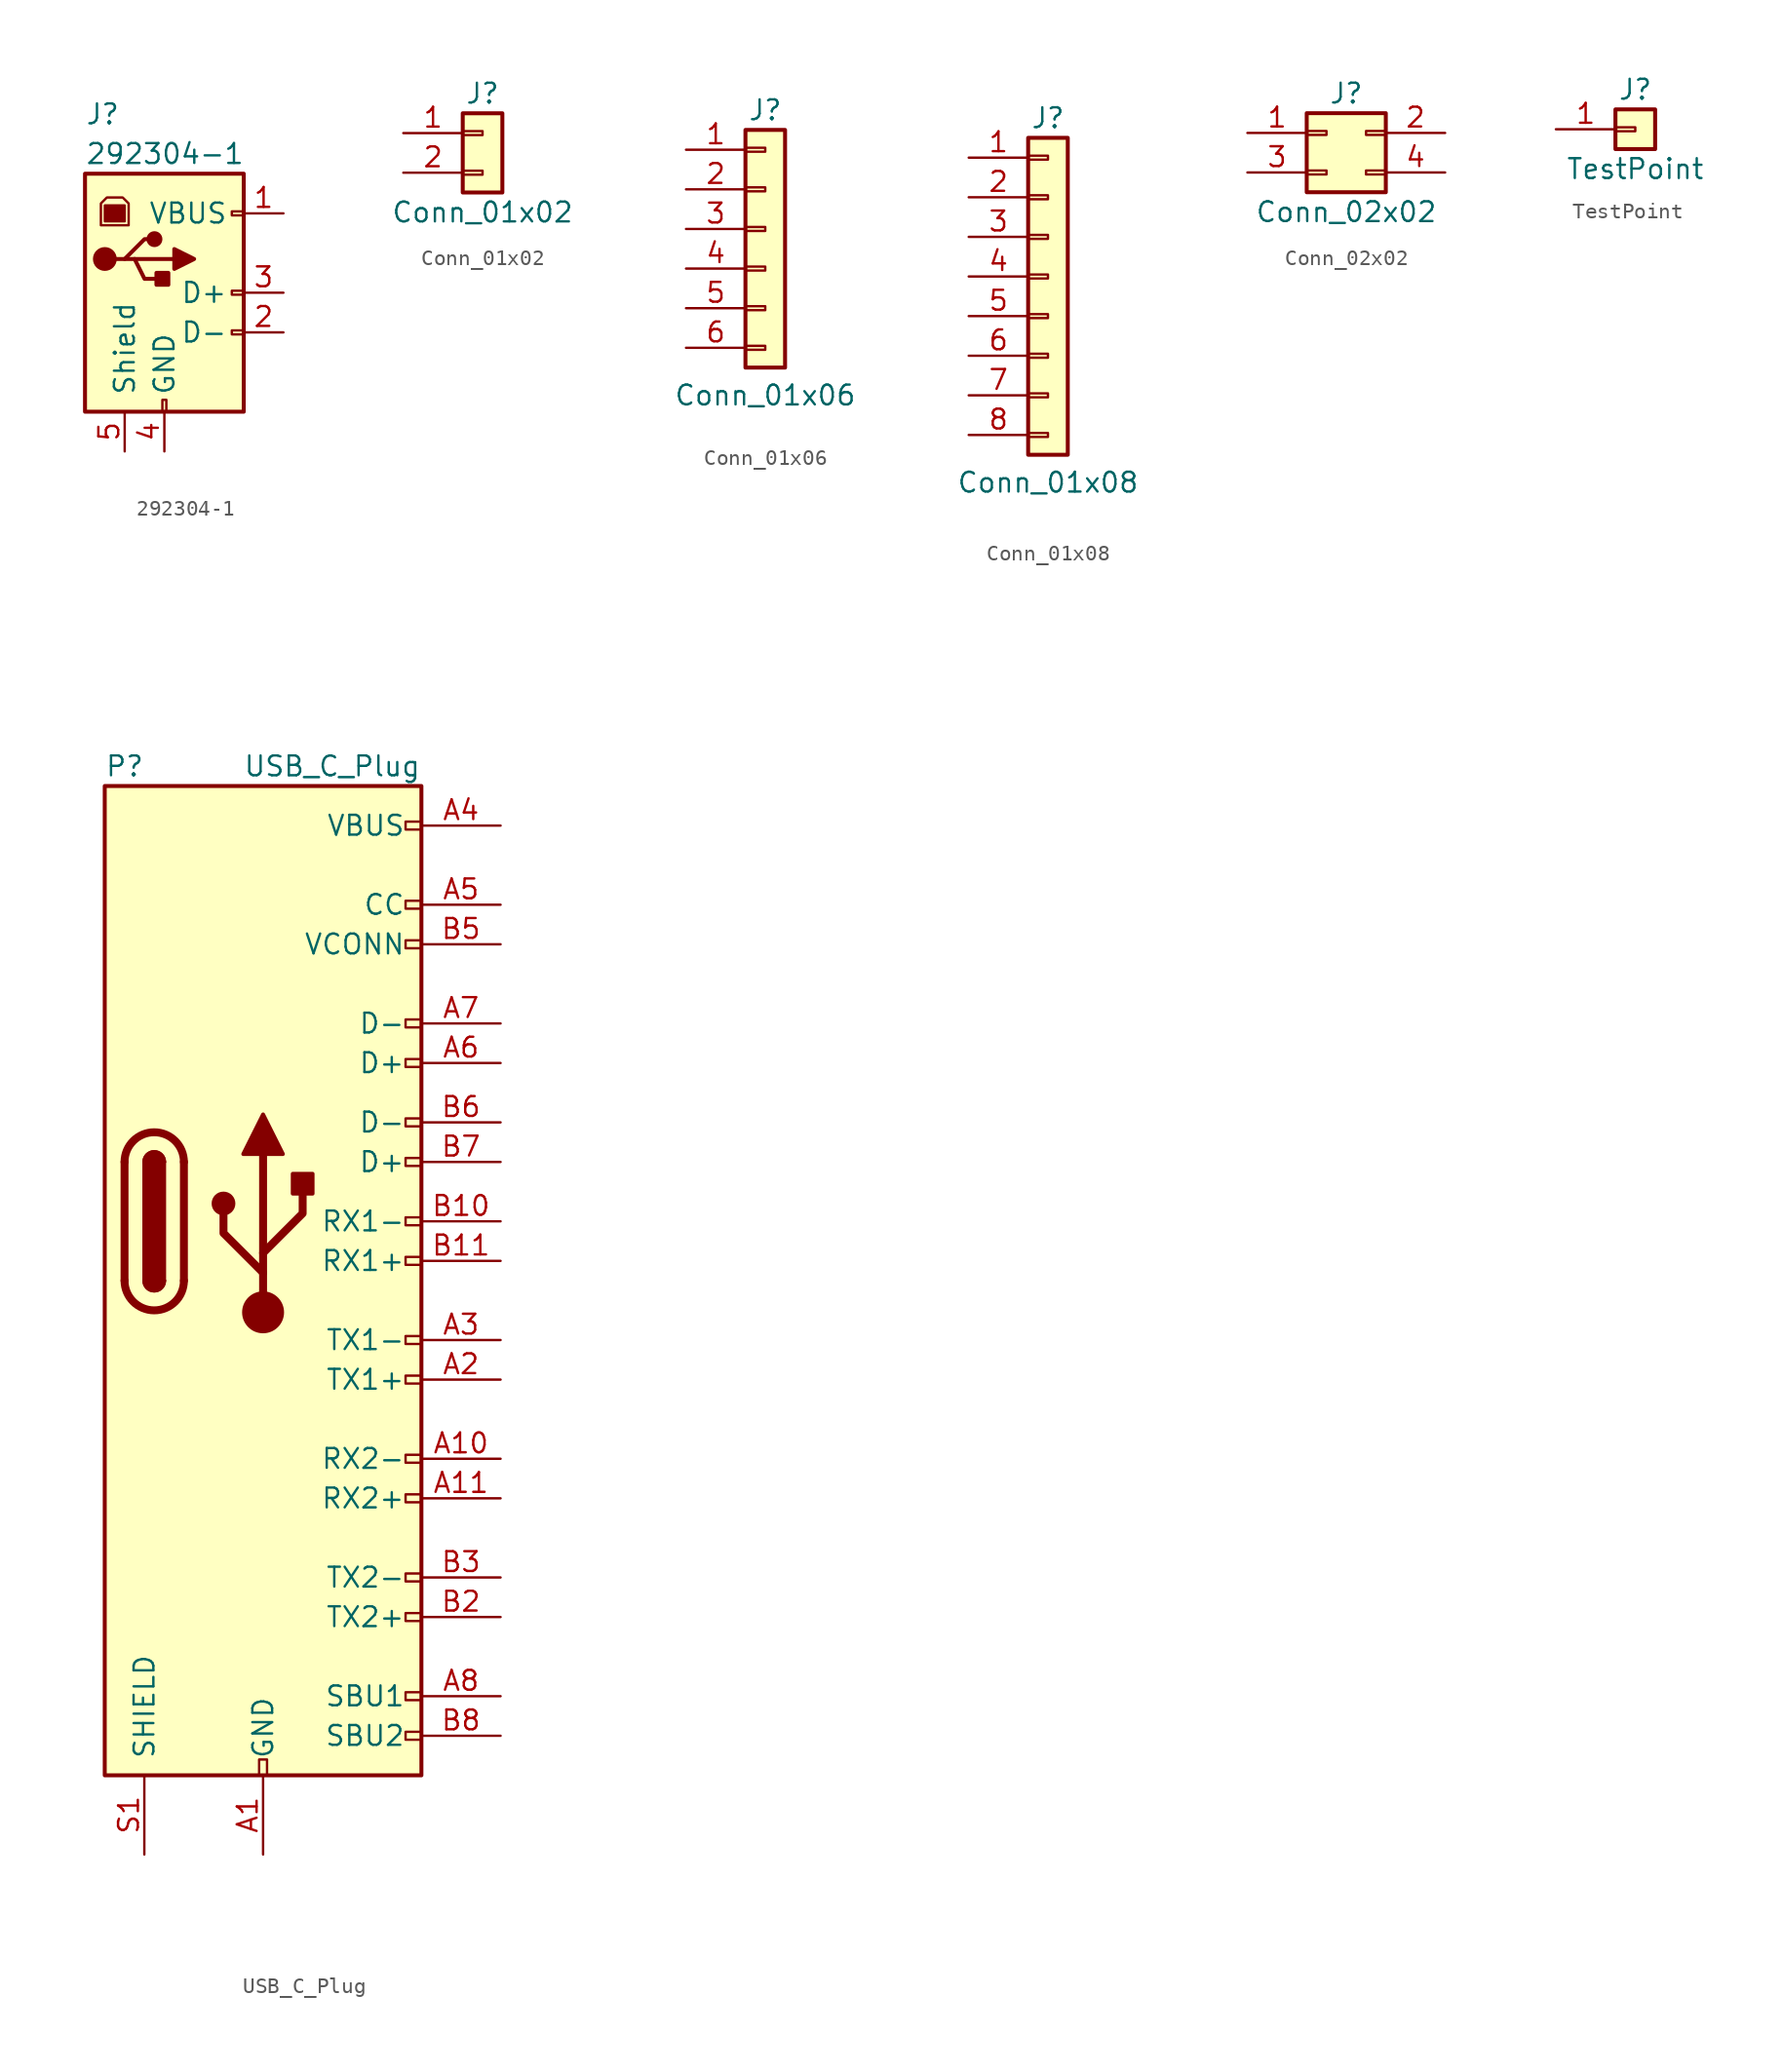
<source format=kicad_sym>
(kicad_symbol_lib
  (version 20241209)
  (generator "kicad_symbol_editor")
  (generator_version "9.0")
  (symbol "292304-1"
    (pin_names
      (offset 1.016))
    (property "Reference" "J"
      (at -5.08 11.43 0)
      (effects (font (size 1.27 1.27)) (justify left)))
    (property "Value" "292304-1"
      (at -5.08 8.89 0)
      (effects (font (size 1.27 1.27)) (justify left)))
    (symbol "292304-1_0_1"
      (rectangle (start -5.08 -7.62) (end 5.08 7.62) (stroke (width 0.254) (type default)) (fill (type background)))
      (polyline (pts (xy -4.064 4.318) (xy -2.286 4.318) (xy -2.286 5.715) (xy -2.667 6.096) (xy -3.683 6.096) (xy -4.064 5.715) (xy -4.064 4.318)) (stroke (width 0) (type default)) (fill (type none)))
      (rectangle (start -3.81 5.588) (end -2.54 4.572) (stroke (width 0) (type default)) (fill (type outline)))
      (circle (center -3.81 2.159) (radius 0.635) (stroke (width 0.254) (type default)) (fill (type outline)))
      (polyline (pts (xy -3.175 2.159) (xy -2.54 2.159) (xy -1.27 3.429) (xy -0.635 3.429)) (stroke (width 0.254) (type default)) (fill (type none)))
      (polyline (pts (xy -2.54 2.159) (xy -1.905 2.159) (xy -1.27 0.889) (xy 0 0.889)) (stroke (width 0.254) (type default)) (fill (type none)))
      (polyline (pts (xy -1.905 2.159) (xy 0.635 2.159)) (stroke (width 0.254) (type default)) (fill (type none)))
      (circle (center -0.635 3.429) (radius 0.381) (stroke (width 0.254) (type default)) (fill (type outline)))
      (rectangle (start -0.127 -7.62) (end 0.127 -6.858) (stroke (width 0) (type default)) (fill (type none)))
      (rectangle (start 0.254 1.27) (end -0.508 0.508) (stroke (width 0.254) (type default)) (fill (type outline)))
      (polyline (pts (xy 0.635 2.794) (xy 0.635 1.524) (xy 1.905 2.159) (xy 0.635 2.794)) (stroke (width 0.254) (type default)) (fill (type outline)))
      (rectangle (start 5.08 4.953) (end 4.318 5.207) (stroke (width 0) (type default)) (fill (type none)))
      (rectangle (start 5.08 -0.127) (end 4.318 0.127) (stroke (width 0) (type default)) (fill (type none)))
      (rectangle (start 5.08 -2.667) (end 4.318 -2.413) (stroke (width 0) (type default)) (fill (type none))))
    (symbol "292304-1_1_1"
      (pin passive line (at -2.54 -10.16 90) (length 2.54) (name "Shield" (effects (font (size 1.27 1.27)))) (number "5" (effects (font (size 1.27 1.27)))))
      (pin power_out line (at 0 -10.16 90) (length 2.54) (name "GND" (effects (font (size 1.27 1.27)))) (number "4" (effects (font (size 1.27 1.27)))))
      (pin power_out line (at 7.62 5.08 180) (length 2.54) (name "VBUS" (effects (font (size 1.27 1.27)))) (number "1" (effects (font (size 1.27 1.27)))))
      (pin bidirectional line (at 7.62 0 180) (length 2.54) (name "D+" (effects (font (size 1.27 1.27)))) (number "3" (effects (font (size 1.27 1.27)))))
      (pin bidirectional line (at 7.62 -2.54 180) (length 2.54) (name "D-" (effects (font (size 1.27 1.27)))) (number "2" (effects (font (size 1.27 1.27)))))))
  (symbol "Conn_01x02"
    (pin_names
      (offset 1.016)
      (hide yes))
    (property "Reference" "J"
      (at 0 2.54 0)
      (effects (font (size 1.27 1.27))))
    (property "Value" "Conn_01x02"
      (at 0 -5.08 0)
      (effects (font (size 1.27 1.27))))
    (symbol "Conn_01x02_1_1"
      (rectangle (start -1.27 1.27) (end 1.27 -3.81) (stroke (width 0.254) (type default)) (fill (type background)))
      (rectangle (start -1.27 0.127) (end 0 -0.127) (stroke (width 0.152) (type default)) (fill (type none)))
      (rectangle (start -1.27 -2.413) (end 0 -2.667) (stroke (width 0.152) (type default)) (fill (type none)))
      (pin passive line (at -5.08 0 0) (length 3.81) (name "Pin_1" (effects (font (size 1.27 1.27)))) (number "1" (effects (font (size 1.27 1.27)))))
      (pin passive line (at -5.08 -2.54 0) (length 3.81) (name "Pin_2" (effects (font (size 1.27 1.27)))) (number "2" (effects (font (size 1.27 1.27)))))))
  (symbol "Conn_01x06"
    (pin_names
      (offset 1.016)
      (hide yes))
    (property "Reference" "J"
      (at 0 2.54 0)
      (effects (font (size 1.27 1.27))))
    (property "Value" "Conn_01x06"
      (at 0 -15.748 0)
      (effects (font (size 1.27 1.27))))
    (symbol "Conn_01x06_1_1"
      (rectangle (start -1.27 1.27) (end 1.27 -13.97) (stroke (width 0.254) (type default)) (fill (type background)))
      (rectangle (start -1.27 0.127) (end 0 -0.127) (stroke (width 0.152) (type default)) (fill (type none)))
      (rectangle (start -1.27 -2.413) (end 0 -2.667) (stroke (width 0.152) (type default)) (fill (type none)))
      (rectangle (start -1.27 -4.953) (end 0 -5.207) (stroke (width 0.152) (type default)) (fill (type none)))
      (rectangle (start -1.27 -7.493) (end 0 -7.747) (stroke (width 0.152) (type default)) (fill (type none)))
      (rectangle (start -1.27 -10.033) (end 0 -10.287) (stroke (width 0.152) (type default)) (fill (type none)))
      (rectangle (start -1.27 -12.573) (end 0 -12.827) (stroke (width 0.152) (type default)) (fill (type none)))
      (pin passive line (at -5.08 0 0) (length 3.81) (name "Pin_1" (effects (font (size 1.27 1.27)))) (number "1" (effects (font (size 1.27 1.27)))))
      (pin passive line (at -5.08 -2.54 0) (length 3.81) (name "Pin_2" (effects (font (size 1.27 1.27)))) (number "2" (effects (font (size 1.27 1.27)))))
      (pin passive line (at -5.08 -5.08 0) (length 3.81) (name "Pin_3" (effects (font (size 1.27 1.27)))) (number "3" (effects (font (size 1.27 1.27)))))
      (pin passive line (at -5.08 -7.62 0) (length 3.81) (name "Pin_4" (effects (font (size 1.27 1.27)))) (number "4" (effects (font (size 1.27 1.27)))))
      (pin passive line (at -5.08 -10.16 0) (length 3.81) (name "Pin_5" (effects (font (size 1.27 1.27)))) (number "5" (effects (font (size 1.27 1.27)))))
      (pin passive line (at -5.08 -12.7 0) (length 3.81) (name "Pin_6" (effects (font (size 1.27 1.27)))) (number "6" (effects (font (size 1.27 1.27)))))))
  (symbol "Conn_01x08"
    (pin_names
      (offset 1.016)
      (hide yes))
    (property "Reference" "J"
      (at 0 2.54 0)
      (effects (font (size 1.27 1.27))))
    (property "Value" "Conn_01x08"
      (at 0 -20.828 0)
      (effects (font (size 1.27 1.27))))
    (symbol "Conn_01x08_1_1"
      (rectangle (start -1.27 1.27) (end 1.27 -19.05) (stroke (width 0.254) (type default)) (fill (type background)))
      (rectangle (start -1.27 0.127) (end 0 -0.127) (stroke (width 0.152) (type default)) (fill (type none)))
      (rectangle (start -1.27 -2.413) (end 0 -2.667) (stroke (width 0.152) (type default)) (fill (type none)))
      (rectangle (start -1.27 -4.953) (end 0 -5.207) (stroke (width 0.152) (type default)) (fill (type none)))
      (rectangle (start -1.27 -7.493) (end 0 -7.747) (stroke (width 0.152) (type default)) (fill (type none)))
      (rectangle (start -1.27 -10.033) (end 0 -10.287) (stroke (width 0.152) (type default)) (fill (type none)))
      (rectangle (start -1.27 -12.573) (end 0 -12.827) (stroke (width 0.152) (type default)) (fill (type none)))
      (rectangle (start -1.27 -15.113) (end 0 -15.367) (stroke (width 0.152) (type default)) (fill (type none)))
      (rectangle (start -1.27 -17.653) (end 0 -17.907) (stroke (width 0.152) (type default)) (fill (type none)))
      (pin passive line (at -5.08 0 0) (length 3.81) (name "Pin_1" (effects (font (size 1.27 1.27)))) (number "1" (effects (font (size 1.27 1.27)))))
      (pin passive line (at -5.08 -2.54 0) (length 3.81) (name "Pin_2" (effects (font (size 1.27 1.27)))) (number "2" (effects (font (size 1.27 1.27)))))
      (pin passive line (at -5.08 -5.08 0) (length 3.81) (name "Pin_3" (effects (font (size 1.27 1.27)))) (number "3" (effects (font (size 1.27 1.27)))))
      (pin passive line (at -5.08 -7.62 0) (length 3.81) (name "Pin_4" (effects (font (size 1.27 1.27)))) (number "4" (effects (font (size 1.27 1.27)))))
      (pin passive line (at -5.08 -10.16 0) (length 3.81) (name "Pin_5" (effects (font (size 1.27 1.27)))) (number "5" (effects (font (size 1.27 1.27)))))
      (pin passive line (at -5.08 -12.7 0) (length 3.81) (name "Pin_6" (effects (font (size 1.27 1.27)))) (number "6" (effects (font (size 1.27 1.27)))))
      (pin passive line (at -5.08 -15.24 0) (length 3.81) (name "Pin_7" (effects (font (size 1.27 1.27)))) (number "7" (effects (font (size 1.27 1.27)))))
      (pin passive line (at -5.08 -17.78 0) (length 3.81) (name "Pin_8" (effects (font (size 1.27 1.27)))) (number "8" (effects (font (size 1.27 1.27)))))))
  (symbol "Conn_02x02"
    (pin_names
      (offset 1.016)
      (hide yes))
    (property "Reference" "J"
      (at 1.27 2.54 0)
      (effects (font (size 1.27 1.27))))
    (property "Value" "Conn_02x02"
      (at 1.27 -5.08 0)
      (effects (font (size 1.27 1.27))))
    (symbol "Conn_02x02_1_1"
      (rectangle (start -1.27 1.27) (end 3.81 -3.81) (stroke (width 0.254) (type default)) (fill (type background)))
      (rectangle (start -1.27 0.127) (end 0 -0.127) (stroke (width 0.152) (type default)) (fill (type none)))
      (rectangle (start -1.27 -2.413) (end 0 -2.667) (stroke (width 0.152) (type default)) (fill (type none)))
      (rectangle (start 3.81 0.127) (end 2.54 -0.127) (stroke (width 0.152) (type default)) (fill (type none)))
      (rectangle (start 3.81 -2.413) (end 2.54 -2.667) (stroke (width 0.152) (type default)) (fill (type none)))
      (pin passive line (at -5.08 0 0) (length 3.81) (name "Pin_1" (effects (font (size 1.27 1.27)))) (number "1" (effects (font (size 1.27 1.27)))))
      (pin passive line (at -5.08 -2.54 0) (length 3.81) (name "Pin_3" (effects (font (size 1.27 1.27)))) (number "3" (effects (font (size 1.27 1.27)))))
      (pin passive line (at 7.62 0 180) (length 3.81) (name "Pin_2" (effects (font (size 1.27 1.27)))) (number "2" (effects (font (size 1.27 1.27)))))
      (pin passive line (at 7.62 -2.54 180) (length 3.81) (name "Pin_4" (effects (font (size 1.27 1.27)))) (number "4" (effects (font (size 1.27 1.27)))))))
  (symbol "TestPoint"
    (pin_names
      (offset 1.016)
      (hide yes))
    (property "Reference" "J"
      (at 0 2.54 0)
      (effects (font (size 1.27 1.27))))
    (property "Value" "TestPoint"
      (at 0 -2.54 0)
      (effects (font (size 1.27 1.27))))
    (symbol "TestPoint_1_1"
      (rectangle (start -1.27 1.27) (end 1.27 -1.27) (stroke (width 0.254) (type default)) (fill (type background)))
      (rectangle (start -1.27 0.127) (end 0 -0.127) (stroke (width 0.152) (type default)) (fill (type none)))
      (pin passive line (at -5.08 0 0) (length 3.81) (name "Pin_1" (effects (font (size 1.27 1.27)))) (number "1" (effects (font (size 1.27 1.27)))))))
  (symbol "USB_C_Plug"
    (pin_names
      (offset 1.016))
    (property "Reference" "P"
      (at -10.16 29.21 0)
      (effects (font (size 1.27 1.27)) (justify left)))
    (property "Value" "USB_C_Plug"
      (at 10.16 29.21 0)
      (effects (font (size 1.27 1.27)) (justify right)))
    (symbol "USB_C_Plug_0_0"
      (rectangle (start -0.254 -35.56) (end 0.254 -34.544) (stroke (width 0) (type default)) (fill (type none)))
      (rectangle (start 10.16 25.654) (end 9.144 25.146) (stroke (width 0) (type default)) (fill (type none)))
      (rectangle (start 10.16 20.574) (end 9.144 20.066) (stroke (width 0) (type default)) (fill (type none)))
      (rectangle (start 10.16 18.034) (end 9.144 17.526) (stroke (width 0) (type default)) (fill (type none)))
      (rectangle (start 10.16 12.954) (end 9.144 12.446) (stroke (width 0) (type default)) (fill (type none)))
      (rectangle (start 10.16 10.414) (end 9.144 9.906) (stroke (width 0) (type default)) (fill (type none)))
      (rectangle (start 10.16 6.604) (end 9.144 6.096) (stroke (width 0) (type default)) (fill (type none)))
      (rectangle (start 10.16 4.064) (end 9.144 3.556) (stroke (width 0) (type default)) (fill (type none)))
      (rectangle (start 10.16 0.254) (end 9.144 -0.254) (stroke (width 0) (type default)) (fill (type none)))
      (rectangle (start 10.16 -2.286) (end 9.144 -2.794) (stroke (width 0) (type default)) (fill (type none)))
      (rectangle (start 10.16 -7.366) (end 9.144 -7.874) (stroke (width 0) (type default)) (fill (type none)))
      (rectangle (start 10.16 -9.906) (end 9.144 -10.414) (stroke (width 0) (type default)) (fill (type none)))
      (rectangle (start 10.16 -14.986) (end 9.144 -15.494) (stroke (width 0) (type default)) (fill (type none)))
      (rectangle (start 10.16 -17.526) (end 9.144 -18.034) (stroke (width 0) (type default)) (fill (type none)))
      (rectangle (start 10.16 -22.606) (end 9.144 -23.114) (stroke (width 0) (type default)) (fill (type none)))
      (rectangle (start 10.16 -25.146) (end 9.144 -25.654) (stroke (width 0) (type default)) (fill (type none)))
      (rectangle (start 10.16 -30.226) (end 9.144 -30.734) (stroke (width 0) (type default)) (fill (type none)))
      (rectangle (start 10.16 -32.766) (end 9.144 -33.274) (stroke (width 0) (type default)) (fill (type none))))
    (symbol "USB_C_Plug_0_1"
      (rectangle (start -10.16 27.94) (end 10.16 -35.56) (stroke (width 0.254) (type default)) (fill (type background)))
      (polyline (pts (xy -8.89 -3.81) (xy -8.89 3.81)) (stroke (width 0.508) (type default)) (fill (type none)))
      (rectangle (start -7.62 -3.81) (end -6.35 3.81) (stroke (width 0.254) (type default)) (fill (type outline)))
      (arc (start -7.62 3.81) (mid -6.985 4.4423) (end -6.35 3.81) (stroke (width 0.254) (type default)) (fill (type none)))
      (arc (start -7.62 3.81) (mid -6.985 4.4423) (end -6.35 3.81) (stroke (width 0.254) (type default)) (fill (type outline)))
      (arc (start -8.89 3.81) (mid -6.985 5.7067) (end -5.08 3.81) (stroke (width 0.508) (type default)) (fill (type none)))
      (arc (start -5.08 -3.81) (mid -6.985 -5.7067) (end -8.89 -3.81) (stroke (width 0.508) (type default)) (fill (type none)))
      (arc (start -6.35 -3.81) (mid -6.985 -4.4423) (end -7.62 -3.81) (stroke (width 0.254) (type default)) (fill (type none)))
      (arc (start -6.35 -3.81) (mid -6.985 -4.4423) (end -7.62 -3.81) (stroke (width 0.254) (type default)) (fill (type outline)))
      (polyline (pts (xy -5.08 3.81) (xy -5.08 -3.81)) (stroke (width 0.508) (type default)) (fill (type none))))
    (symbol "USB_C_Plug_1_1"
      (circle (center -2.54 1.143) (radius 0.635) (stroke (width 0.254) (type default)) (fill (type outline)))
      (polyline (pts (xy -1.27 4.318) (xy 0 6.858) (xy 1.27 4.318) (xy -1.27 4.318)) (stroke (width 0.254) (type default)) (fill (type outline)))
      (polyline (pts (xy 0 -2.032) (xy 2.54 0.508) (xy 2.54 1.778)) (stroke (width 0.508) (type default)) (fill (type none)))
      (polyline (pts (xy 0 -3.302) (xy -2.54 -0.762) (xy -2.54 0.508)) (stroke (width 0.508) (type default)) (fill (type none)))
      (polyline (pts (xy 0 -5.842) (xy 0 4.318)) (stroke (width 0.508) (type default)) (fill (type none)))
      (circle (center 0 -5.842) (radius 1.27) (stroke (width 0) (type default)) (fill (type outline)))
      (rectangle (start 1.905 1.778) (end 3.175 3.048) (stroke (width 0.254) (type default)) (fill (type outline)))
      (pin passive line (at -7.62 -40.64 90) (length 5.08) (name "SHIELD" (effects (font (size 1.27 1.27)))) (number "S1" (effects (font (size 1.27 1.27)))))
      (pin passive line (at 0 -40.64 90) (length 5.08) (name "GND" (effects (font (size 1.27 1.27)))) (number "A1" (effects (font (size 1.27 1.27)))))
      (pin passive line (at 0 -40.64 90) (length 5.08) (hide yes) (name "GND" (effects (font (size 1.27 1.27)))) (number "A12" (effects (font (size 1.27 1.27)))))
      (pin passive line (at 0 -40.64 90) (length 5.08) (hide yes) (name "GND" (effects (font (size 1.27 1.27)))) (number "B1" (effects (font (size 1.27 1.27)))))
      (pin passive line (at 0 -40.64 90) (length 5.08) (hide yes) (name "GND" (effects (font (size 1.27 1.27)))) (number "B12" (effects (font (size 1.27 1.27)))))
      (pin passive line (at 15.24 25.4 180) (length 5.08) (name "VBUS" (effects (font (size 1.27 1.27)))) (number "A4" (effects (font (size 1.27 1.27)))))
      (pin passive line (at 15.24 25.4 180) (length 5.08) (hide yes) (name "VBUS" (effects (font (size 1.27 1.27)))) (number "A9" (effects (font (size 1.27 1.27)))))
      (pin passive line (at 15.24 25.4 180) (length 5.08) (hide yes) (name "VBUS" (effects (font (size 1.27 1.27)))) (number "B4" (effects (font (size 1.27 1.27)))))
      (pin passive line (at 15.24 25.4 180) (length 5.08) (hide yes) (name "VBUS" (effects (font (size 1.27 1.27)))) (number "B9" (effects (font (size 1.27 1.27)))))
      (pin bidirectional line (at 15.24 20.32 180) (length 5.08) (name "CC" (effects (font (size 1.27 1.27)))) (number "A5" (effects (font (size 1.27 1.27)))))
      (pin bidirectional line (at 15.24 17.78 180) (length 5.08) (name "VCONN" (effects (font (size 1.27 1.27)))) (number "B5" (effects (font (size 1.27 1.27)))))
      (pin bidirectional line (at 15.24 12.7 180) (length 5.08) (name "D-" (effects (font (size 1.27 1.27)))) (number "A7" (effects (font (size 1.27 1.27)))))
      (pin bidirectional line (at 15.24 10.16 180) (length 5.08) (name "D+" (effects (font (size 1.27 1.27)))) (number "A6" (effects (font (size 1.27 1.27)))))
      (pin bidirectional line (at 15.24 6.35 180) (length 5.08) (name "D-" (effects (font (size 1.27 1.27)))) (number "B6" (effects (font (size 1.27 1.27)))))
      (pin bidirectional line (at 15.24 3.81 180) (length 5.08) (name "D+" (effects (font (size 1.27 1.27)))) (number "B7" (effects (font (size 1.27 1.27)))))
      (pin bidirectional line (at 15.24 0 180) (length 5.08) (name "RX1-" (effects (font (size 1.27 1.27)))) (number "B10" (effects (font (size 1.27 1.27)))))
      (pin bidirectional line (at 15.24 -2.54 180) (length 5.08) (name "RX1+" (effects (font (size 1.27 1.27)))) (number "B11" (effects (font (size 1.27 1.27)))))
      (pin bidirectional line (at 15.24 -7.62 180) (length 5.08) (name "TX1-" (effects (font (size 1.27 1.27)))) (number "A3" (effects (font (size 1.27 1.27)))))
      (pin bidirectional line (at 15.24 -10.16 180) (length 5.08) (name "TX1+" (effects (font (size 1.27 1.27)))) (number "A2" (effects (font (size 1.27 1.27)))))
      (pin bidirectional line (at 15.24 -15.24 180) (length 5.08) (name "RX2-" (effects (font (size 1.27 1.27)))) (number "A10" (effects (font (size 1.27 1.27)))))
      (pin bidirectional line (at 15.24 -17.78 180) (length 5.08) (name "RX2+" (effects (font (size 1.27 1.27)))) (number "A11" (effects (font (size 1.27 1.27)))))
      (pin bidirectional line (at 15.24 -22.86 180) (length 5.08) (name "TX2-" (effects (font (size 1.27 1.27)))) (number "B3" (effects (font (size 1.27 1.27)))))
      (pin bidirectional line (at 15.24 -25.4 180) (length 5.08) (name "TX2+" (effects (font (size 1.27 1.27)))) (number "B2" (effects (font (size 1.27 1.27)))))
      (pin bidirectional line (at 15.24 -30.48 180) (length 5.08) (name "SBU1" (effects (font (size 1.27 1.27)))) (number "A8" (effects (font (size 1.27 1.27)))))
      (pin bidirectional line (at 15.24 -33.02 180) (length 5.08) (name "SBU2" (effects (font (size 1.27 1.27)))) (number "B8" (effects (font (size 1.27 1.27))))))))
</source>
